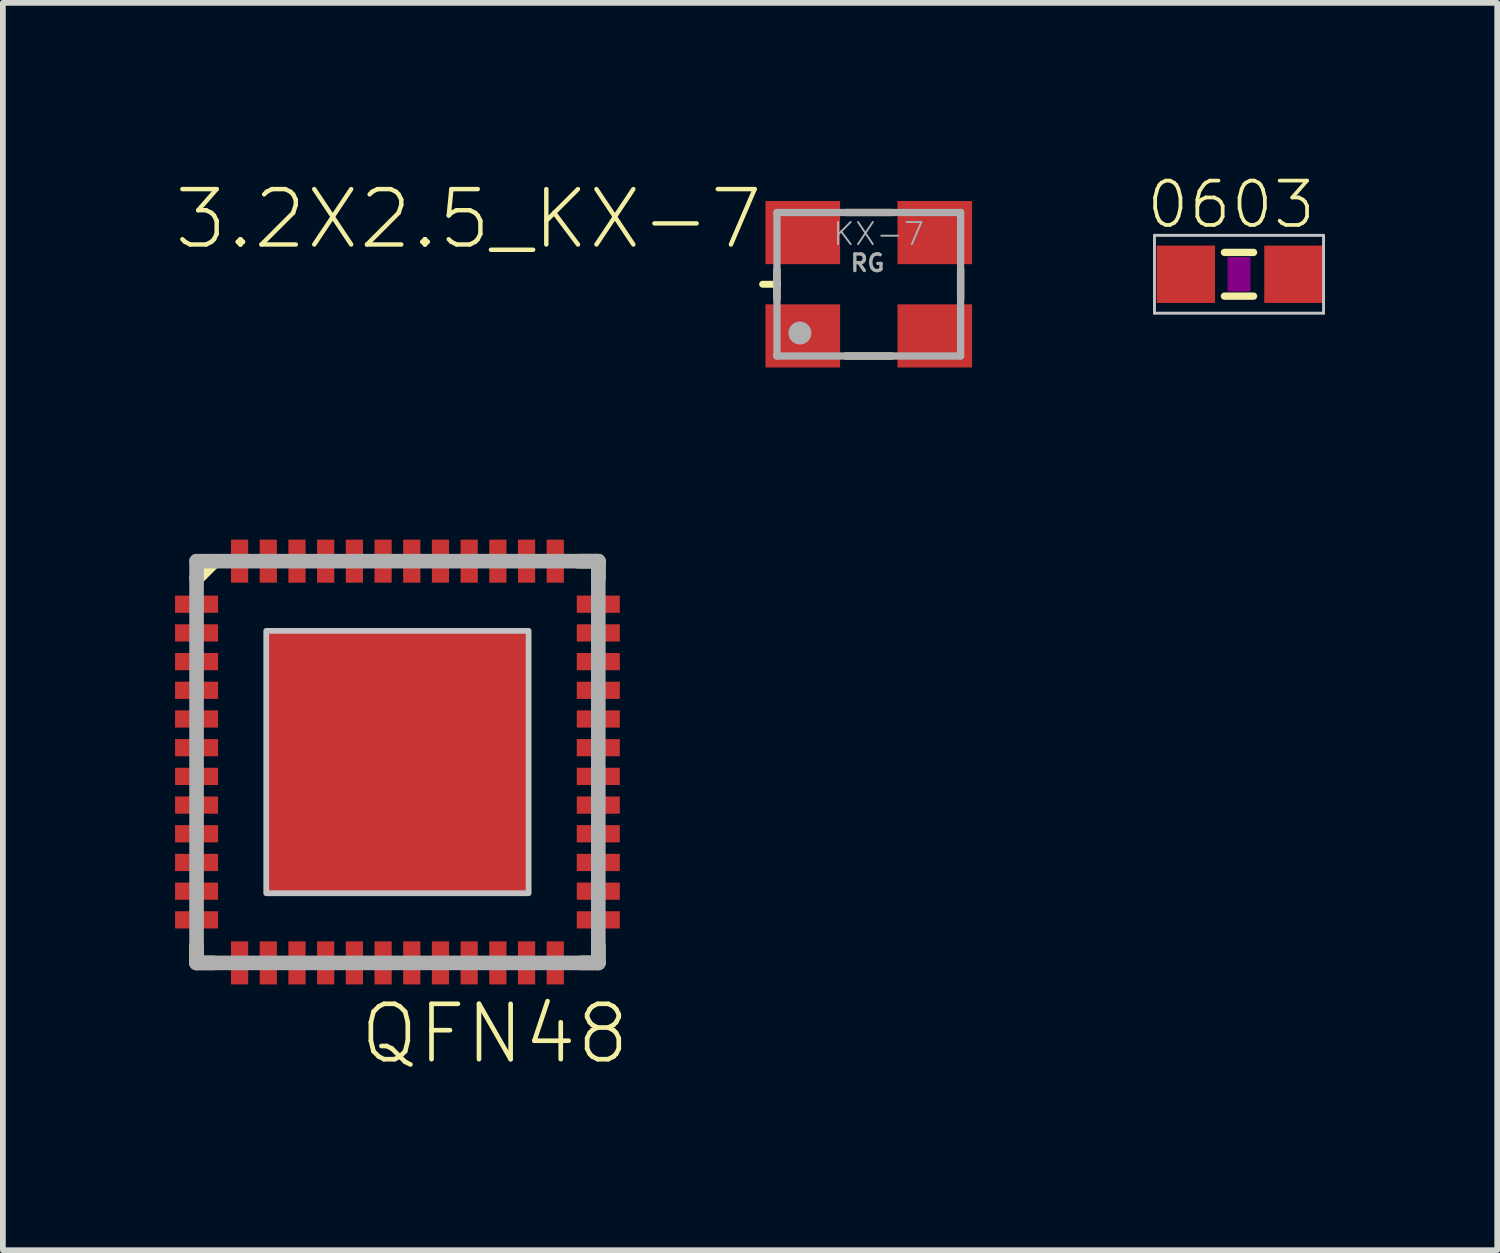
<source format=kicad_pcb>
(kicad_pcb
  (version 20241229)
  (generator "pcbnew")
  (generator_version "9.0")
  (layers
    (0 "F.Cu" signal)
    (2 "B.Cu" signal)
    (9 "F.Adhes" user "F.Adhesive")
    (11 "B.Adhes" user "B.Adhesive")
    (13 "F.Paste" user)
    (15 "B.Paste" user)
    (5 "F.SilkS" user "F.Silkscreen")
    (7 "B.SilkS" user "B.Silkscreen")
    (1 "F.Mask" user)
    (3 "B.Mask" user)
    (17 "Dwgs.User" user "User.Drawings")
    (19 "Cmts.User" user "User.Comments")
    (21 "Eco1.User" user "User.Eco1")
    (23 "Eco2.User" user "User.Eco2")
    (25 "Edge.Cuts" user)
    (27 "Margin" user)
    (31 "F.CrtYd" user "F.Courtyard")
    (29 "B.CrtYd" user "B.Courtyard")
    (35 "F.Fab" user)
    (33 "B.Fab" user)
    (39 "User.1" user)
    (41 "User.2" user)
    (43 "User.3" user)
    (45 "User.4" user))
  (footprint "QFN48"
    (layer "F.Cu")
    (at 3.875 10.228)
    (property "Reference" "QFN48" (at -0.7 5.3 0) (layer "F.SilkS") (effects (font (size 0.965 0.965) (thickness 0.081)) (justify left bottom)))
    (attr through_hole)
    (fp_line (start -3.5 -3.2) (end -3.2 -3.5) (stroke (width 0.254) (type solid)) (layer "F.SilkS"))
    (fp_line (start -3.5 3.2) (end -3.5 3.5) (stroke (width 0.254) (type solid)) (layer "F.SilkS"))
    (fp_line (start -3.5 3.5) (end -3.2 3.5) (stroke (width 0.254) (type solid)) (layer "F.SilkS"))
    (fp_line (start 3.15 -3.5) (end 3.5 -3.5) (stroke (width 0.254) (type solid)) (layer "F.SilkS"))
    (fp_line (start 3.2 3.5) (end 3.5 3.5) (stroke (width 0.254) (type solid)) (layer "F.SilkS"))
    (fp_line (start 3.5 -3.5) (end 3.5 -3.2) (stroke (width 0.254) (type solid)) (layer "F.SilkS"))
    (fp_line (start 3.5 3.5) (end 3.5 3.2) (stroke (width 0.254) (type solid)) (layer "F.SilkS"))
    (fp_poly (pts (xy -1.778 -0.254) (xy -0.254 -0.254) (xy -0.254 -1.778) (xy -1.778 -1.778)) (stroke (width 0) (type solid)) (fill yes) (layer "F.Paste"))
    (fp_poly (pts (xy -0.254 0.254) (xy -1.778 0.254) (xy -1.778 1.778) (xy -0.254 1.778)) (stroke (width 0) (type solid)) (fill yes) (layer "F.Paste"))
    (fp_poly (pts (xy 1.778 -1.778) (xy 0.254 -1.778) (xy 0.254 -0.254) (xy 1.778 -0.254)) (stroke (width 0) (type solid)) (fill yes) (layer "F.Paste"))
    (fp_poly (pts (xy 1.778 0.254) (xy 0.254 0.254) (xy 0.254 1.778) (xy 1.778 1.778)) (stroke (width 0) (type solid)) (fill yes) (layer "F.Paste"))
    (fp_poly (pts (xy -2.286 2.286) (xy 2.286 2.286) (xy 2.286 -2.286) (xy -2.286 -2.286)) (stroke (width 0.1) (type solid)) (fill no) (layer "Dwgs.User"))
    (fp_line (start -3.5 -3.5) (end -3.5 3.5) (stroke (width 0.254) (type solid)) (layer "F.Fab"))
    (fp_line (start -3.5 3.5) (end 3.5 3.5) (stroke (width 0.254) (type solid)) (layer "F.Fab"))
    (fp_line (start 3.5 -3.5) (end -3.5 -3.5) (stroke (width 0.254) (type solid)) (layer "F.Fab"))
    (fp_line (start 3.5 3.5) (end 3.5 -3.5) (stroke (width 0.254) (type solid)) (layer "F.Fab"))
    (pad "1" smd rect (at -3.5 -2.75) (size 0.75 0.3) (layers "F.Cu" "F.Mask" "F.Paste"))
    (pad "2" smd rect (at -3.5 -2.25) (size 0.75 0.3) (layers "F.Cu" "F.Mask" "F.Paste"))
    (pad "3" smd rect (at -3.5 -1.75) (size 0.75 0.3) (layers "F.Cu" "F.Mask" "F.Paste"))
    (pad "4" smd rect (at -3.5 -1.25) (size 0.75 0.3) (layers "F.Cu" "F.Mask" "F.Paste"))
    (pad "5" smd rect (at -3.5 -0.75) (size 0.75 0.3) (layers "F.Cu" "F.Mask" "F.Paste"))
    (pad "6" smd rect (at -3.5 -0.25) (size 0.75 0.3) (layers "F.Cu" "F.Mask" "F.Paste"))
    (pad "7" smd rect (at -3.5 0.25) (size 0.75 0.3) (layers "F.Cu" "F.Mask" "F.Paste"))
    (pad "8" smd rect (at -3.5 0.75) (size 0.75 0.3) (layers "F.Cu" "F.Mask" "F.Paste"))
    (pad "9" smd rect (at -3.5 1.25) (size 0.75 0.3) (layers "F.Cu" "F.Mask" "F.Paste"))
    (pad "10" smd rect (at -3.5 1.75) (size 0.75 0.3) (layers "F.Cu" "F.Mask" "F.Paste"))
    (pad "11" smd rect (at -3.5 2.25) (size 0.75 0.3) (layers "F.Cu" "F.Mask" "F.Paste"))
    (pad "12" smd rect (at -3.5 2.75) (size 0.75 0.3) (layers "F.Cu" "F.Mask" "F.Paste"))
    (pad "13" smd rect (at -2.75 3.5 90) (size 0.75 0.3) (layers "F.Cu" "F.Mask" "F.Paste"))
    (pad "14" smd rect (at -2.25 3.5 90) (size 0.75 0.3) (layers "F.Cu" "F.Mask" "F.Paste"))
    (pad "15" smd rect (at -1.75 3.5 90) (size 0.75 0.3) (layers "F.Cu" "F.Mask" "F.Paste"))
    (pad "16" smd rect (at -1.25 3.5 90) (size 0.75 0.3) (layers "F.Cu" "F.Mask" "F.Paste"))
    (pad "17" smd rect (at -0.75 3.5 90) (size 0.75 0.3) (layers "F.Cu" "F.Mask" "F.Paste"))
    (pad "18" smd rect (at -0.25 3.5 90) (size 0.75 0.3) (layers "F.Cu" "F.Mask" "F.Paste"))
    (pad "19" smd rect (at 0.25 3.5 90) (size 0.75 0.3) (layers "F.Cu" "F.Mask" "F.Paste"))
    (pad "20" smd rect (at 0.75 3.5 90) (size 0.75 0.3) (layers "F.Cu" "F.Mask" "F.Paste"))
    (pad "21" smd rect (at 1.25 3.5 90) (size 0.75 0.3) (layers "F.Cu" "F.Mask" "F.Paste"))
    (pad "22" smd rect (at 1.75 3.5 90) (size 0.75 0.3) (layers "F.Cu" "F.Mask" "F.Paste"))
    (pad "23" smd rect (at 2.25 3.5 90) (size 0.75 0.3) (layers "F.Cu" "F.Mask" "F.Paste"))
    (pad "24" smd rect (at 2.75 3.5 90) (size 0.75 0.3) (layers "F.Cu" "F.Mask" "F.Paste"))
    (pad "25" smd rect (at 3.5 2.75 180) (size 0.75 0.3) (layers "F.Cu" "F.Mask" "F.Paste"))
    (pad "26" smd rect (at 3.5 2.25 180) (size 0.75 0.3) (layers "F.Cu" "F.Mask" "F.Paste"))
    (pad "27" smd rect (at 3.5 1.75 180) (size 0.75 0.3) (layers "F.Cu" "F.Mask" "F.Paste"))
    (pad "28" smd rect (at 3.5 1.25 180) (size 0.75 0.3) (layers "F.Cu" "F.Mask" "F.Paste"))
    (pad "29" smd rect (at 3.5 0.75 180) (size 0.75 0.3) (layers "F.Cu" "F.Mask" "F.Paste"))
    (pad "30" smd rect (at 3.5 0.25 180) (size 0.75 0.3) (layers "F.Cu" "F.Mask" "F.Paste"))
    (pad "31" smd rect (at 3.5 -0.25 180) (size 0.75 0.3) (layers "F.Cu" "F.Mask" "F.Paste"))
    (pad "32" smd rect (at 3.5 -0.75 180) (size 0.75 0.3) (layers "F.Cu" "F.Mask" "F.Paste"))
    (pad "33" smd rect (at 3.5 -1.25 180) (size 0.75 0.3) (layers "F.Cu" "F.Mask" "F.Paste"))
    (pad "34" smd rect (at 3.5 -1.75 180) (size 0.75 0.3) (layers "F.Cu" "F.Mask" "F.Paste"))
    (pad "35" smd rect (at 3.5 -2.25 180) (size 0.75 0.3) (layers "F.Cu" "F.Mask" "F.Paste"))
    (pad "36" smd rect (at 3.5 -2.75 180) (size 0.75 0.3) (layers "F.Cu" "F.Mask" "F.Paste"))
    (pad "37" smd rect (at 2.75 -3.5 270) (size 0.75 0.3) (layers "F.Cu" "F.Mask" "F.Paste"))
    (pad "38" smd rect (at 2.25 -3.5 270) (size 0.75 0.3) (layers "F.Cu" "F.Mask" "F.Paste"))
    (pad "39" smd rect (at 1.75 -3.5 270) (size 0.75 0.3) (layers "F.Cu" "F.Mask" "F.Paste"))
    (pad "40" smd rect (at 1.25 -3.5 270) (size 0.75 0.3) (layers "F.Cu" "F.Mask" "F.Paste"))
    (pad "41" smd rect (at 0.75 -3.5 270) (size 0.75 0.3) (layers "F.Cu" "F.Mask" "F.Paste"))
    (pad "42" smd rect (at 0.25 -3.5 270) (size 0.75 0.3) (layers "F.Cu" "F.Mask" "F.Paste"))
    (pad "43" smd rect (at -0.25 -3.5 270) (size 0.75 0.3) (layers "F.Cu" "F.Mask" "F.Paste"))
    (pad "44" smd rect (at -0.75 -3.5 270) (size 0.75 0.3) (layers "F.Cu" "F.Mask" "F.Paste"))
    (pad "45" smd rect (at -1.25 -3.5 270) (size 0.75 0.3) (layers "F.Cu" "F.Mask" "F.Paste"))
    (pad "46" smd rect (at -1.75 -3.5 270) (size 0.75 0.3) (layers "F.Cu" "F.Mask" "F.Paste"))
    (pad "47" smd rect (at -2.25 -3.5 270) (size 0.75 0.3) (layers "F.Cu" "F.Mask" "F.Paste"))
    (pad "48" smd rect (at -2.75 -3.5 270) (size 0.75 0.3) (layers "F.Cu" "F.Mask" "F.Paste"))
    (pad "EP" smd rect (at 0 0) (size 4.6 4.6) (layers "F.Cu" "F.Mask")))
  (footprint "3.2X2.5_KX-7"
    (layer "F.Cu")
    (at 12.088 1.903)
    (property "Reference" "3.2X2.5_KX-7" (at -1.8 -1.7 180) (layer "F.SilkS") (effects (font (size 0.965 0.965) (thickness 0.077)) (justify right top)))
    (attr through_hole)
    (fp_line (start -1.85 0) (end -1.6 0) (stroke (width 0.12) (type solid)) (layer "F.SilkS"))
    (fp_line (start -1.6 0) (end -1.6 -0.25) (stroke (width 0.127) (type solid)) (layer "F.SilkS"))
    (fp_line (start -1.6 0) (end -1.6 0.25) (stroke (width 0.127) (type solid)) (layer "F.SilkS"))
    (fp_line (start -0.4 -1.25) (end 0.4 -1.25) (stroke (width 0.127) (type solid)) (layer "F.SilkS"))
    (fp_line (start -0.4 1.25) (end 0.4 1.25) (stroke (width 0.127) (type solid)) (layer "F.SilkS"))
    (fp_line (start 1.6 -0.25) (end 1.6 0.25) (stroke (width 0.127) (type solid)) (layer "F.SilkS"))
    (fp_line (start -1.6 -1.25) (end 1.6 -1.25) (stroke (width 0.127) (type solid)) (layer "F.Fab"))
    (fp_line (start -1.6 1.25) (end -1.6 -1.25) (stroke (width 0.127) (type solid)) (layer "F.Fab"))
    (fp_line (start 1.6 -1.25) (end 1.6 1.25) (stroke (width 0.127) (type solid)) (layer "F.Fab"))
    (fp_line (start 1.6 1.25) (end -1.6 1.25) (stroke (width 0.127) (type solid)) (layer "F.Fab"))
    (fp_circle (center -1.2 0.85) (end -1.1 0.85) (stroke (width 0.2) (type solid)) (fill no) (layer "F.Fab"))
    (fp_text user "KX-7" (at -0.65 -0.65 0) (layer "F.Fab") (effects (font (size 0.386 0.386) (thickness 0.033)) (justify left bottom)))
    (fp_text user "RG" (at -0.35 -0.2 0) (layer "F.Fab") (effects (font (size 0.29 0.29) (thickness 0.058)) (justify left bottom)))
    (pad "1" smd rect (at -1.15 0.9) (size 1.3 1.1) (layers "F.Cu" "F.Mask" "F.Paste"))
    (pad "2" smd rect (at 1.15 0.9) (size 1.3 1.1) (layers "F.Cu" "F.Mask" "F.Paste"))
    (pad "3" smd rect (at 1.15 -0.9) (size 1.3 1.1) (layers "F.Cu" "F.Mask" "F.Paste"))
    (pad "4" smd rect (at -1.15 -0.9) (size 1.3 1.1) (layers "F.Cu" "F.Mask" "F.Paste")))
  (footprint "0603"
    (layer "F.Cu")
    (at 18.539 1.729)
    (property "Reference" "0603" (at -1.651 -0.762 0) (layer "F.SilkS") (effects (font (size 0.772 0.772) (thickness 0.065)) (justify left bottom)))
    (attr through_hole)
    (fp_line (start -0.254 -0.381) (end 0.254 -0.381) (stroke (width 0.127) (type solid)) (layer "F.SilkS"))
    (fp_line (start 0.254 0.381) (end -0.254 0.381) (stroke (width 0.127) (type solid)) (layer "F.SilkS"))
    (fp_poly (pts (xy -0.2 0.3) (xy 0.2 0.3) (xy 0.2 -0.3) (xy -0.2 -0.3)) (stroke (width 0) (type solid)) (fill yes) (layer "F.Adhes"))
    (fp_line (start -1.473 -0.678) (end 1.473 -0.678) (stroke (width 0.051) (type solid)) (layer "Dwgs.User"))
    (fp_line (start -1.473 0.678) (end -1.473 -0.678) (stroke (width 0.051) (type solid)) (layer "Dwgs.User"))
    (fp_line (start 1.473 -0.678) (end 1.473 0.678) (stroke (width 0.051) (type solid)) (layer "Dwgs.User"))
    (fp_line (start 1.473 0.678) (end -1.473 0.678) (stroke (width 0.051) (type solid)) (layer "Dwgs.User"))
    (pad "1" smd rect (at -0.926 0) (size 1.016 1) (layers "F.Cu" "F.Mask" "F.Paste"))
    (pad "2" smd rect (at 0.952 0) (size 1.024 1) (layers "F.Cu" "F.Mask" "F.Paste")))
  (gr_rect
    (start -3 -3)
    (end 23.038 18.734)
    (stroke (width 0.1) (type default))
    (fill no)
    (layer "Edge.Cuts")))
</source>
